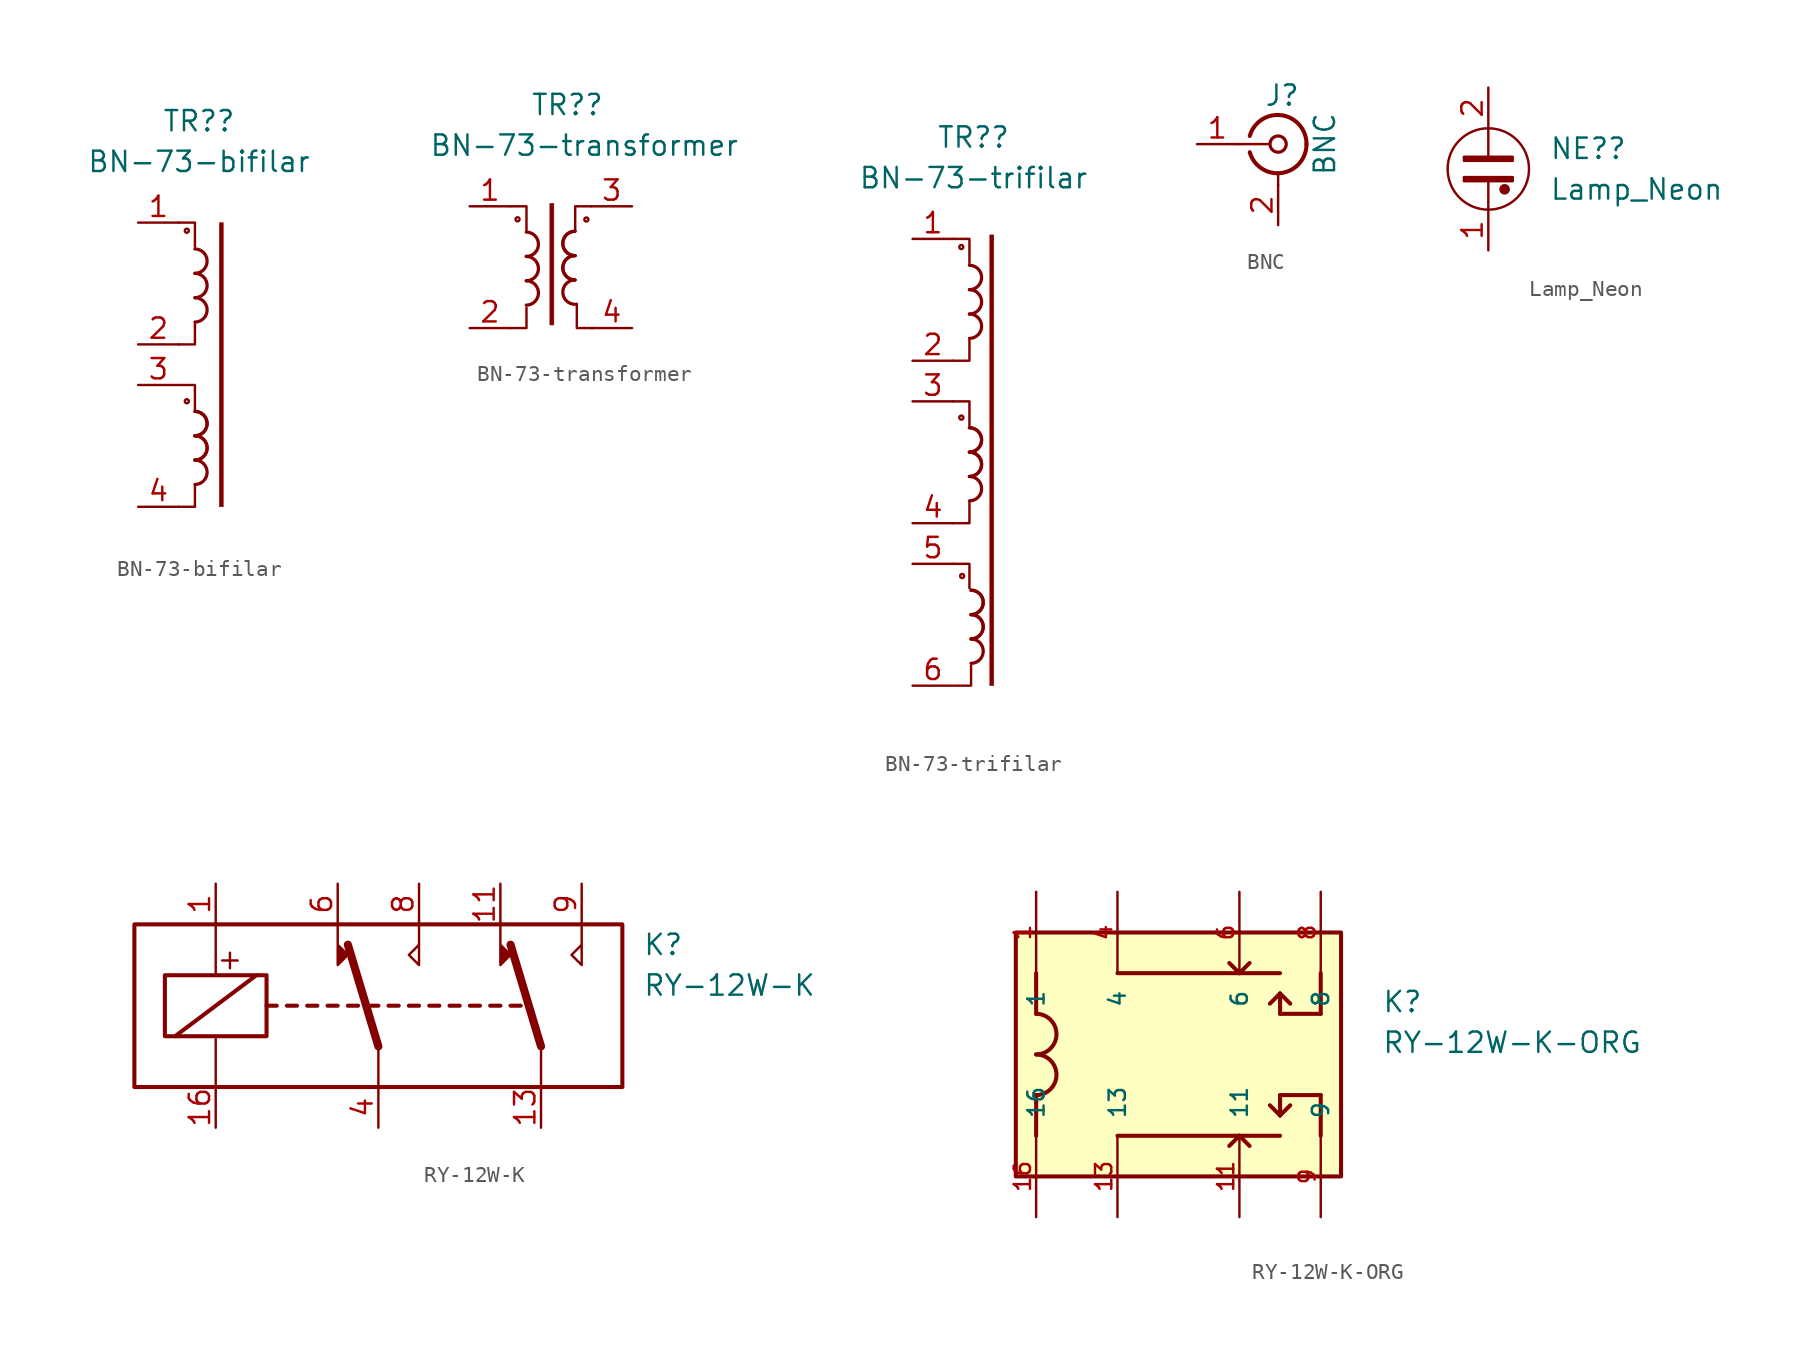
<source format=kicad_sym>
(kicad_symbol_lib
  (version 20211014)
  (generator kicad_symbol_editor)
  (symbol "BN-73-bifilar"
    (pin_names
      (offset 0.025))
    (property "Reference" "TR?"
      (at 3.81 6.35 0)
      (effects (font (size 1.27 1.27))))
    (property "Value" "BN-73-bifilar"
      (at 3.81 3.81 0)
      (effects (font (size 1.27 1.27))))
    (symbol "BN-73-bifilar_0_1"
      (polyline (pts (xy 2.54 -10.16) (xy 3.556 -10.16) (xy 3.556 -11.684)) (stroke (width 0) (type default) (color 0 0 0 0)) (fill (type none)))
      (polyline (pts (xy 2.54 -7.62) (xy 3.556 -7.62) (xy 3.556 -6.35)) (stroke (width 0) (type default) (color 0 0 0 0)) (fill (type none)))
      (polyline (pts (xy 2.54 0) (xy 3.556 0) (xy 3.556 -1.524)) (stroke (width 0) (type default) (color 0 0 0 0)) (fill (type none)))
      (polyline (pts (xy 3.556 -16.51) (xy 3.556 -17.78) (xy 2.54 -17.78)) (stroke (width 0) (type default) (color 0 0 0 0)) (fill (type none)))
      (circle (center 3.048 -11.176) (radius 0.127) (stroke (width 0) (type default) (color 0 0 0 0)) (fill (type none)))
      (circle (center 3.048 -0.508) (radius 0.127) (stroke (width 0) (type default) (color 0 0 0 0)) (fill (type none)))
      (arc (start 3.556 -16.383) (mid 4.318 -15.621) (end 3.556 -14.859) (stroke (width 0.2032) (type default) (color 0 0 0 0)) (fill (type none)))
      (arc (start 3.556 -14.859) (mid 4.318 -14.097) (end 3.556 -13.335) (stroke (width 0.2032) (type default) (color 0 0 0 0)) (fill (type none)))
      (arc (start 3.556 -14.859) (mid 4.318 -14.097) (end 3.556 -13.335) (stroke (width 0.2032) (type default) (color 0 0 0 0)) (fill (type none)))
      (arc (start 3.556 -13.335) (mid 4.318 -12.573) (end 3.556 -11.811) (stroke (width 0.2032) (type default) (color 0 0 0 0)) (fill (type none)))
      (arc (start 3.556 -13.335) (mid 4.318 -12.573) (end 3.556 -11.811) (stroke (width 0.2032) (type default) (color 0 0 0 0)) (fill (type none)))
      (arc (start 3.556 -6.223) (mid 4.318 -5.461) (end 3.556 -4.699) (stroke (width 0.2032) (type default) (color 0 0 0 0)) (fill (type none)))
      (arc (start 3.556 -4.699) (mid 4.318 -3.937) (end 3.556 -3.175) (stroke (width 0.2032) (type default) (color 0 0 0 0)) (fill (type none)))
      (arc (start 3.556 -3.175) (mid 4.318 -2.413) (end 3.556 -1.651) (stroke (width 0.2032) (type default) (color 0 0 0 0)) (fill (type none)))
      (rectangle (start 5.08 0) (end 5.334 -17.78) (stroke (width 0.025) (type default) (color 0 0 0 0)) (fill (type outline))))
    (symbol "BN-73-bifilar_1_1"
      (pin passive line (at 0 0 0) (length 2.54) (name "~" (effects (font (size 1.27 1.27)))) (number "1" (effects (font (size 1.27 1.27)))))
      (pin passive line (at 0 -7.62 0) (length 2.54) (name "~" (effects (font (size 1.27 1.27)))) (number "2" (effects (font (size 1.27 1.27)))))
      (pin passive line (at 0 -10.16 0) (length 2.54) (name "~" (effects (font (size 1.27 1.27)))) (number "3" (effects (font (size 1.27 1.27)))))
      (pin passive line (at 0 -17.78 0) (length 2.54) (name "~" (effects (font (size 1.27 1.27)))) (number "4" (effects (font (size 1.27 1.27)))))))
  (symbol "BN-73-transformer"
    (pin_names
      (offset 0.025))
    (property "Reference" "TR?"
      (at 3.81 6.35 0)
      (effects (font (size 1.27 1.27)) (justify left)))
    (property "Value" "BN-73-transformer"
      (at -2.54 3.81 0)
      (effects (font (size 1.27 1.27)) (justify left)))
    (symbol "BN-73-transformer_0_1"
      (polyline (pts (xy 2.54 -7.62) (xy 3.556 -7.62) (xy 3.556 -6.35)) (stroke (width 0) (type default) (color 0 0 0 0)) (fill (type none)))
      (polyline (pts (xy 2.54 0) (xy 3.556 0) (xy 3.556 -1.524)) (stroke (width 0) (type default) (color 0 0 0 0)) (fill (type none)))
      (polyline (pts (xy 7.62 0) (xy 6.604 0) (xy 6.604 -1.524)) (stroke (width 0) (type default) (color 0 0 0 0)) (fill (type none)))
      (polyline (pts (xy 7.722 -7.62) (xy 6.706 -7.62) (xy 6.706 -6.096)) (stroke (width 0) (type default) (color 0 0 0 0)) (fill (type none)))
      (circle (center 2.997 -0.813) (radius 0.127) (stroke (width 0) (type default) (color 0 0 0 0)) (fill (type none)))
      (arc (start 3.5433 -6.1849) (mid 4.3053 -5.4229) (end 3.5433 -4.6609) (stroke (width 0.2032) (type default) (color 0 0 0 0)) (fill (type none)))
      (arc (start 3.5433 -4.6609) (mid 4.3053 -3.8989) (end 3.5433 -3.1369) (stroke (width 0.2032) (type default) (color 0 0 0 0)) (fill (type none)))
      (arc (start 3.5433 -3.1369) (mid 4.3053 -2.3749) (end 3.5433 -1.6129) (stroke (width 0.2032) (type default) (color 0 0 0 0)) (fill (type none)))
      (rectangle (start 5.016 0.191) (end 5.271 -7.429) (stroke (width 0.025) (type default) (color 0 0 0 0)) (fill (type outline)))
      (arc (start 6.5913 -4.6101) (mid 5.8293 -5.3721) (end 6.5913 -6.1341) (stroke (width 0.2032) (type default) (color 0 0 0 0)) (fill (type none)))
      (arc (start 6.5913 -3.0861) (mid 5.8293 -3.8481) (end 6.5913 -4.6101) (stroke (width 0.2032) (type default) (color 0 0 0 0)) (fill (type none)))
      (arc (start 6.5913 -3.0861) (mid 5.8293 -3.8481) (end 6.5913 -4.6101) (stroke (width 0.2032) (type default) (color 0 0 0 0)) (fill (type none)))
      (arc (start 6.5913 -1.5621) (mid 5.8293 -2.3241) (end 6.5913 -3.0861) (stroke (width 0.2032) (type default) (color 0 0 0 0)) (fill (type none)))
      (arc (start 6.5913 -1.5621) (mid 5.8293 -2.3241) (end 6.5913 -3.0861) (stroke (width 0.2032) (type default) (color 0 0 0 0)) (fill (type none)))
      (circle (center 7.303 -0.826) (radius 0.127) (stroke (width 0) (type default) (color 0 0 0 0)) (fill (type none))))
    (symbol "BN-73-transformer_1_1"
      (pin passive line (at 0 0 0) (length 2.54) (name "~" (effects (font (size 1.27 1.27)))) (number "1" (effects (font (size 1.27 1.27)))))
      (pin passive line (at 0 -7.62 0) (length 2.54) (name "~" (effects (font (size 1.27 1.27)))) (number "2" (effects (font (size 1.27 1.27)))))
      (pin passive line (at 10.16 0 180) (length 2.54) (name "~" (effects (font (size 1.27 1.27)))) (number "3" (effects (font (size 1.27 1.27)))))
      (pin passive line (at 10.16 -7.62 180) (length 2.54) (name "~" (effects (font (size 1.27 1.27)))) (number "4" (effects (font (size 1.27 1.27)))))))
  (symbol "BN-73-trifilar"
    (pin_names
      (offset 0.025))
    (property "Reference" "TR?"
      (at 3.81 6.35 0)
      (effects (font (size 1.27 1.27))))
    (property "Value" "BN-73-trifilar"
      (at 3.81 3.81 0)
      (effects (font (size 1.27 1.27))))
    (symbol "BN-73-trifilar_0_1"
      (polyline (pts (xy 2.54 -20.32) (xy 3.556 -20.32) (xy 3.556 -21.844)) (stroke (width 0) (type default) (color 0 0 0 0)) (fill (type none)))
      (polyline (pts (xy 2.54 -10.16) (xy 3.556 -10.16) (xy 3.556 -11.684)) (stroke (width 0) (type default) (color 0 0 0 0)) (fill (type none)))
      (polyline (pts (xy 2.54 -7.62) (xy 3.556 -7.62) (xy 3.556 -6.35)) (stroke (width 0) (type default) (color 0 0 0 0)) (fill (type none)))
      (polyline (pts (xy 2.54 0) (xy 3.556 0) (xy 3.556 -1.524)) (stroke (width 0) (type default) (color 0 0 0 0)) (fill (type none)))
      (polyline (pts (xy 3.556 -16.51) (xy 3.556 -17.78) (xy 2.54 -17.78)) (stroke (width 0) (type default) (color 0 0 0 0)) (fill (type none)))
      (polyline (pts (xy 3.658 -26.67) (xy 3.658 -27.94) (xy 2.642 -27.94)) (stroke (width 0) (type default) (color 0 0 0 0)) (fill (type none)))
      (circle (center 3.048 -11.176) (radius 0.127) (stroke (width 0) (type default) (color 0 0 0 0)) (fill (type none)))
      (circle (center 3.048 -0.508) (radius 0.127) (stroke (width 0) (type default) (color 0 0 0 0)) (fill (type none)))
      (circle (center 3.099 -21.082) (radius 0.127) (stroke (width 0) (type default) (color 0 0 0 0)) (fill (type none)))
      (arc (start 3.556 -16.383) (mid 4.318 -15.621) (end 3.556 -14.859) (stroke (width 0.2032) (type default) (color 0 0 0 0)) (fill (type none)))
      (arc (start 3.556 -14.859) (mid 4.318 -14.097) (end 3.556 -13.335) (stroke (width 0.2032) (type default) (color 0 0 0 0)) (fill (type none)))
      (arc (start 3.556 -14.859) (mid 4.318 -14.097) (end 3.556 -13.335) (stroke (width 0.2032) (type default) (color 0 0 0 0)) (fill (type none)))
      (arc (start 3.556 -13.335) (mid 4.318 -12.573) (end 3.556 -11.811) (stroke (width 0.2032) (type default) (color 0 0 0 0)) (fill (type none)))
      (arc (start 3.556 -13.335) (mid 4.318 -12.573) (end 3.556 -11.811) (stroke (width 0.2032) (type default) (color 0 0 0 0)) (fill (type none)))
      (arc (start 3.556 -6.223) (mid 4.318 -5.461) (end 3.556 -4.699) (stroke (width 0.2032) (type default) (color 0 0 0 0)) (fill (type none)))
      (arc (start 3.556 -4.699) (mid 4.318 -3.937) (end 3.556 -3.175) (stroke (width 0.2032) (type default) (color 0 0 0 0)) (fill (type none)))
      (arc (start 3.556 -3.175) (mid 4.318 -2.413) (end 3.556 -1.651) (stroke (width 0.2032) (type default) (color 0 0 0 0)) (fill (type none)))
      (arc (start 3.6576 -26.543) (mid 4.4196 -25.781) (end 3.6576 -25.019) (stroke (width 0.2032) (type default) (color 0 0 0 0)) (fill (type none)))
      (arc (start 3.6576 -25.019) (mid 4.4196 -24.257) (end 3.6576 -23.495) (stroke (width 0.2032) (type default) (color 0 0 0 0)) (fill (type none)))
      (arc (start 3.6576 -25.019) (mid 4.4196 -24.257) (end 3.6576 -23.495) (stroke (width 0.2032) (type default) (color 0 0 0 0)) (fill (type none)))
      (arc (start 3.6576 -23.495) (mid 4.4196 -22.733) (end 3.6576 -21.971) (stroke (width 0.2032) (type default) (color 0 0 0 0)) (fill (type none)))
      (arc (start 3.6576 -23.495) (mid 4.4196 -22.733) (end 3.6576 -21.971) (stroke (width 0.2032) (type default) (color 0 0 0 0)) (fill (type none)))
      (rectangle (start 4.826 -27.94) (end 5.08 0.254) (stroke (width 0.025) (type default) (color 0 0 0 0)) (fill (type outline))))
    (symbol "BN-73-trifilar_1_1"
      (pin passive line (at 0 0 0) (length 2.54) (name "~" (effects (font (size 1.27 1.27)))) (number "1" (effects (font (size 1.27 1.27)))))
      (pin passive line (at 0 -7.62 0) (length 2.54) (name "~" (effects (font (size 1.27 1.27)))) (number "2" (effects (font (size 1.27 1.27)))))
      (pin passive line (at 0 -10.16 0) (length 2.54) (name "~" (effects (font (size 1.27 1.27)))) (number "3" (effects (font (size 1.27 1.27)))))
      (pin passive line (at 0 -17.78 0) (length 2.54) (name "~" (effects (font (size 1.27 1.27)))) (number "4" (effects (font (size 1.27 1.27)))))
      (pin passive line (at 0 -20.32 0) (length 2.54) (name "~" (effects (font (size 1.27 1.27)))) (number "5" (effects (font (size 1.27 1.27)))))
      (pin passive line (at 0 -27.94 0) (length 2.54) (name "~" (effects (font (size 1.27 1.27)))) (number "6" (effects (font (size 1.27 1.27)))))))
  (symbol "BNC"
    (pin_names
      (offset 1.016) hide)
    (property "Reference" "J"
      (at 0.254 3.048 0)
      (effects (font (size 1.27 1.27))))
    (property "Value" "BNC"
      (at 2.921 0 90)
      (effects (font (size 1.27 1.27))))
    (symbol "BNC_0_1"
      (arc (start -1.778 -0.508) (mid 0.2311 -1.8066) (end 1.778 0) (stroke (width 0.254) (type default) (color 0 0 0 0)) (fill (type none)))
      (polyline (pts (xy -2.54 0) (xy -0.508 0)) (stroke (width 0) (type default) (color 0 0 0 0)) (fill (type none)))
      (polyline (pts (xy 0 -2.54) (xy 0 -1.778)) (stroke (width 0) (type default) (color 0 0 0 0)) (fill (type none)))
      (circle (center 0 0) (radius 0.508) (stroke (width 0.203) (type default) (color 0 0 0 0)) (fill (type none)))
      (arc (start 1.778 0) (mid 0.2099 1.8101) (end -1.778 0.508) (stroke (width 0.254) (type default) (color 0 0 0 0)) (fill (type none))))
    (symbol "BNC_1_1"
      (pin passive line (at -5.08 0 0) (length 2.54) (name "In" (effects (font (size 1.27 1.27)))) (number "1" (effects (font (size 1.27 1.27)))))
      (pin passive line (at 0 -5.08 90) (length 2.54) (name "Ext" (effects (font (size 1.27 1.27)))) (number "2" (effects (font (size 1.27 1.27)))))))
  (symbol "Lamp_Neon"
    (pin_names
      (offset 0.025) hide)
    (property "Reference" "NE?"
      (at 3.81 1.27 0)
      (effects (font (size 1.27 1.27)) (justify left)))
    (property "Value" "Lamp_Neon"
      (at 3.81 -1.27 0)
      (effects (font (size 1.27 1.27)) (justify left)))
    (symbol "Lamp_Neon_0_1"
      (rectangle (start -1.524 -0.508) (end 1.524 -0.762) (stroke (width 0) (type default) (color 0 0 0 0)) (fill (type outline)))
      (rectangle (start -1.524 0.762) (end 1.524 0.508) (stroke (width 0) (type default) (color 0 0 0 0)) (fill (type outline)))
      (polyline (pts (xy 0 -2.54) (xy 0 -0.762)) (stroke (width 0) (type default) (color 0 0 0 0)) (fill (type none)))
      (polyline (pts (xy 0 0.762) (xy 0 2.54)) (stroke (width 0) (type default) (color 0 0 0 0)) (fill (type none)))
      (circle (center 0 0) (radius 2.54) (stroke (width 0) (type default) (color 0 0 0 0)) (fill (type none)))
      (circle (center 1.016 -1.27) (radius 0.254) (stroke (width 0) (type default) (color 0 0 0 0)) (fill (type outline))))
    (symbol "Lamp_Neon_1_1"
      (pin passive line (at 0 -5.08 90) (length 2.54) (name "~" (effects (font (size 1.27 1.27)))) (number "1" (effects (font (size 1.27 1.27)))))
      (pin passive line (at 0 5.08 270) (length 2.54) (name "~" (effects (font (size 1.27 1.27)))) (number "2" (effects (font (size 1.27 1.27)))))))
  (symbol "RY-12W-K"
    (property "Reference" "K"
      (at 16.51 3.81 0)
      (effects (font (size 1.27 1.27)) (justify left)))
    (property "Value" "RY-12W-K"
      (at 16.51 1.27 0)
      (effects (font (size 1.27 1.27)) (justify left)))
    (symbol "RY-12W-K_0_0"
      (text "+" (at -9.271 2.921 0) (effects (font (size 1.27 1.27)))))
    (symbol "RY-12W-K_0_1"
      (rectangle (start -15.24 5.08) (end 15.24 -5.08) (stroke (width 0.254) (type default) (color 0 0 0 0)) (fill (type none)))
      (rectangle (start -13.335 1.905) (end -6.985 -1.905) (stroke (width 0.254) (type default) (color 0 0 0 0)) (fill (type none)))
      (polyline (pts (xy -12.7 -1.905) (xy -7.62 1.905)) (stroke (width 0.254) (type default) (color 0 0 0 0)) (fill (type none)))
      (polyline (pts (xy -10.16 -5.08) (xy -10.16 -1.905)) (stroke (width 0) (type default) (color 0 0 0 0)) (fill (type none)))
      (polyline (pts (xy -10.16 5.08) (xy -10.16 1.905)) (stroke (width 0) (type default) (color 0 0 0 0)) (fill (type none)))
      (polyline (pts (xy -6.985 0) (xy -6.35 0)) (stroke (width 0.254) (type default) (color 0 0 0 0)) (fill (type none)))
      (polyline (pts (xy -5.715 0) (xy -5.08 0)) (stroke (width 0.254) (type default) (color 0 0 0 0)) (fill (type none)))
      (polyline (pts (xy -4.445 0) (xy -3.81 0)) (stroke (width 0.254) (type default) (color 0 0 0 0)) (fill (type none)))
      (polyline (pts (xy -3.175 0) (xy -2.54 0)) (stroke (width 0.254) (type default) (color 0 0 0 0)) (fill (type none)))
      (polyline (pts (xy -1.905 0) (xy -1.27 0)) (stroke (width 0.254) (type default) (color 0 0 0 0)) (fill (type none)))
      (polyline (pts (xy -0.635 0) (xy 0 0)) (stroke (width 0.254) (type default) (color 0 0 0 0)) (fill (type none)))
      (polyline (pts (xy 0 -2.54) (xy -1.905 3.81)) (stroke (width 0.508) (type default) (color 0 0 0 0)) (fill (type none)))
      (polyline (pts (xy 0 -2.54) (xy 0 -5.08)) (stroke (width 0) (type default) (color 0 0 0 0)) (fill (type none)))
      (polyline (pts (xy 0.635 0) (xy 1.27 0)) (stroke (width 0.254) (type default) (color 0 0 0 0)) (fill (type none)))
      (polyline (pts (xy 1.905 0) (xy 2.54 0)) (stroke (width 0.254) (type default) (color 0 0 0 0)) (fill (type none)))
      (polyline (pts (xy 3.175 0) (xy 3.81 0)) (stroke (width 0.254) (type default) (color 0 0 0 0)) (fill (type none)))
      (polyline (pts (xy 4.445 0) (xy 5.08 0)) (stroke (width 0.254) (type default) (color 0 0 0 0)) (fill (type none)))
      (polyline (pts (xy 5.715 0) (xy 6.35 0)) (stroke (width 0.254) (type default) (color 0 0 0 0)) (fill (type none)))
      (polyline (pts (xy 6.985 0) (xy 7.62 0)) (stroke (width 0.254) (type default) (color 0 0 0 0)) (fill (type none)))
      (polyline (pts (xy 8.255 0) (xy 8.89 0)) (stroke (width 0.254) (type default) (color 0 0 0 0)) (fill (type none)))
      (polyline (pts (xy 10.16 -2.54) (xy 8.255 3.81)) (stroke (width 0.508) (type default) (color 0 0 0 0)) (fill (type none)))
      (polyline (pts (xy 10.16 -2.54) (xy 10.16 -5.08)) (stroke (width 0) (type default) (color 0 0 0 0)) (fill (type none)))
      (polyline (pts (xy -2.54 5.08) (xy -2.54 2.54) (xy -1.905 3.175) (xy -2.54 3.81)) (stroke (width 0) (type default) (color 0 0 0 0)) (fill (type outline)))
      (polyline (pts (xy 2.54 5.08) (xy 2.54 2.54) (xy 1.905 3.175) (xy 2.54 3.81)) (stroke (width 0) (type default) (color 0 0 0 0)) (fill (type none)))
      (polyline (pts (xy 7.62 5.08) (xy 7.62 2.54) (xy 8.255 3.175) (xy 7.62 3.81)) (stroke (width 0) (type default) (color 0 0 0 0)) (fill (type outline)))
      (polyline (pts (xy 12.7 5.08) (xy 12.7 2.54) (xy 12.065 3.175) (xy 12.7 3.81)) (stroke (width 0) (type default) (color 0 0 0 0)) (fill (type none))))
    (symbol "RY-12W-K_1_1"
      (pin passive line (at -10.16 7.62 270) (length 2.54) (name "~" (effects (font (size 1.27 1.27)))) (number "1" (effects (font (size 1.27 1.27)))))
      (pin passive line (at 7.62 7.62 270) (length 2.54) (name "~" (effects (font (size 1.27 1.27)))) (number "11" (effects (font (size 1.27 1.27)))))
      (pin passive line (at 10.16 -7.62 90) (length 2.54) (name "~" (effects (font (size 1.27 1.27)))) (number "13" (effects (font (size 1.27 1.27)))))
      (pin passive line (at -10.16 -7.62 90) (length 2.54) (name "~" (effects (font (size 1.27 1.27)))) (number "16" (effects (font (size 1.27 1.27)))))
      (pin passive line (at 0 -7.62 90) (length 2.54) (name "~" (effects (font (size 1.27 1.27)))) (number "4" (effects (font (size 1.27 1.27)))))
      (pin passive line (at -2.54 7.62 270) (length 2.54) (name "~" (effects (font (size 1.27 1.27)))) (number "6" (effects (font (size 1.27 1.27)))))
      (pin passive line (at 2.54 7.62 270) (length 2.54) (name "~" (effects (font (size 1.27 1.27)))) (number "8" (effects (font (size 1.27 1.27)))))
      (pin passive line (at 12.7 7.62 270) (length 2.54) (name "~" (effects (font (size 1.27 1.27)))) (number "9" (effects (font (size 1.27 1.27)))))))
  (symbol "RY-12W-K-ORG"
    (pin_names
      (offset 1.016))
    (property "Reference" "K"
      (at 12.715 2.543 0)
      (effects (font (size 1.27 1.27)) (justify left bottom)))
    (property "Value" "RY-12W-K-ORG"
      (at 12.706 0 0)
      (effects (font (size 1.27 1.27)) (justify left bottom)))
    (symbol "RY-12W-K-ORG_0_0"
      (rectangle (start -10.16 -7.62) (end 10.16 7.62) (stroke (width 0.254) (type default) (color 0 0 0 0)) (fill (type background)))
      (arc (start -8.89 -2.54) (mid -7.62 -1.27) (end -8.89 0) (stroke (width 0.254) (type default) (color 0 0 0 0)) (fill (type none)))
      (arc (start -8.89 0) (mid -7.62 1.27) (end -8.89 2.54) (stroke (width 0.254) (type default) (color 0 0 0 0)) (fill (type none)))
      (polyline (pts (xy -8.89 -2.54) (xy -8.89 -5.08)) (stroke (width 0.254) (type default) (color 0 0 0 0)) (fill (type none)))
      (polyline (pts (xy -8.89 5.08) (xy -8.89 2.54)) (stroke (width 0.254) (type default) (color 0 0 0 0)) (fill (type none)))
      (polyline (pts (xy -3.81 -5.08) (xy 3.81 -5.08)) (stroke (width 0.254) (type default) (color 0 0 0 0)) (fill (type none)))
      (polyline (pts (xy -3.81 5.08) (xy 3.81 5.08)) (stroke (width 0.254) (type default) (color 0 0 0 0)) (fill (type none)))
      (polyline (pts (xy 3.81 -5.08) (xy 3.175 -5.715)) (stroke (width 0.254) (type default) (color 0 0 0 0)) (fill (type none)))
      (polyline (pts (xy 3.81 -5.08) (xy 4.445 -5.715)) (stroke (width 0.254) (type default) (color 0 0 0 0)) (fill (type none)))
      (polyline (pts (xy 3.81 -5.08) (xy 6.35 -5.08)) (stroke (width 0.254) (type default) (color 0 0 0 0)) (fill (type none)))
      (polyline (pts (xy 3.81 5.08) (xy 3.175 5.715)) (stroke (width 0.254) (type default) (color 0 0 0 0)) (fill (type none)))
      (polyline (pts (xy 3.81 5.08) (xy 4.445 5.715)) (stroke (width 0.254) (type default) (color 0 0 0 0)) (fill (type none)))
      (polyline (pts (xy 3.81 5.08) (xy 6.35 5.08)) (stroke (width 0.254) (type default) (color 0 0 0 0)) (fill (type none)))
      (polyline (pts (xy 6.35 -3.81) (xy 5.715 -3.175)) (stroke (width 0.254) (type default) (color 0 0 0 0)) (fill (type none)))
      (polyline (pts (xy 6.35 -3.81) (xy 6.985 -3.175)) (stroke (width 0.254) (type default) (color 0 0 0 0)) (fill (type none)))
      (polyline (pts (xy 6.35 -2.54) (xy 6.35 -3.81)) (stroke (width 0.254) (type default) (color 0 0 0 0)) (fill (type none)))
      (polyline (pts (xy 6.35 2.54) (xy 8.89 2.54)) (stroke (width 0.254) (type default) (color 0 0 0 0)) (fill (type none)))
      (polyline (pts (xy 6.35 3.81) (xy 5.715 3.175)) (stroke (width 0.254) (type default) (color 0 0 0 0)) (fill (type none)))
      (polyline (pts (xy 6.35 3.81) (xy 6.35 2.54)) (stroke (width 0.254) (type default) (color 0 0 0 0)) (fill (type none)))
      (polyline (pts (xy 6.35 3.81) (xy 6.985 3.175)) (stroke (width 0.254) (type default) (color 0 0 0 0)) (fill (type none)))
      (polyline (pts (xy 8.89 -5.08) (xy 8.89 -2.54)) (stroke (width 0.254) (type default) (color 0 0 0 0)) (fill (type none)))
      (polyline (pts (xy 8.89 -2.54) (xy 6.35 -2.54)) (stroke (width 0.254) (type default) (color 0 0 0 0)) (fill (type none)))
      (polyline (pts (xy 8.89 2.54) (xy 8.89 5.08)) (stroke (width 0.254) (type default) (color 0 0 0 0)) (fill (type none)))
      (pin passive line (at -8.89 10.16 270) (length 5.08) (name "1" (effects (font (size 1.016 1.016)))) (number "1" (effects (font (size 1.016 1.016)))))
      (pin passive line (at 3.81 -10.16 90) (length 5.08) (name "11" (effects (font (size 1.016 1.016)))) (number "11" (effects (font (size 1.016 1.016)))))
      (pin passive line (at -3.81 -10.16 90) (length 5.08) (name "13" (effects (font (size 1.016 1.016)))) (number "13" (effects (font (size 1.016 1.016)))))
      (pin passive line (at -8.89 -10.16 90) (length 5.08) (name "16" (effects (font (size 1.016 1.016)))) (number "16" (effects (font (size 1.016 1.016)))))
      (pin passive line (at -3.81 10.16 270) (length 5.08) (name "4" (effects (font (size 1.016 1.016)))) (number "4" (effects (font (size 1.016 1.016)))))
      (pin passive line (at 3.81 10.16 270) (length 5.08) (name "6" (effects (font (size 1.016 1.016)))) (number "6" (effects (font (size 1.016 1.016)))))
      (pin passive line (at 8.89 10.16 270) (length 5.08) (name "8" (effects (font (size 1.016 1.016)))) (number "8" (effects (font (size 1.016 1.016)))))
      (pin passive line (at 8.89 -10.16 90) (length 5.08) (name "9" (effects (font (size 1.016 1.016)))) (number "9" (effects (font (size 1.016 1.016))))))))
</source>
